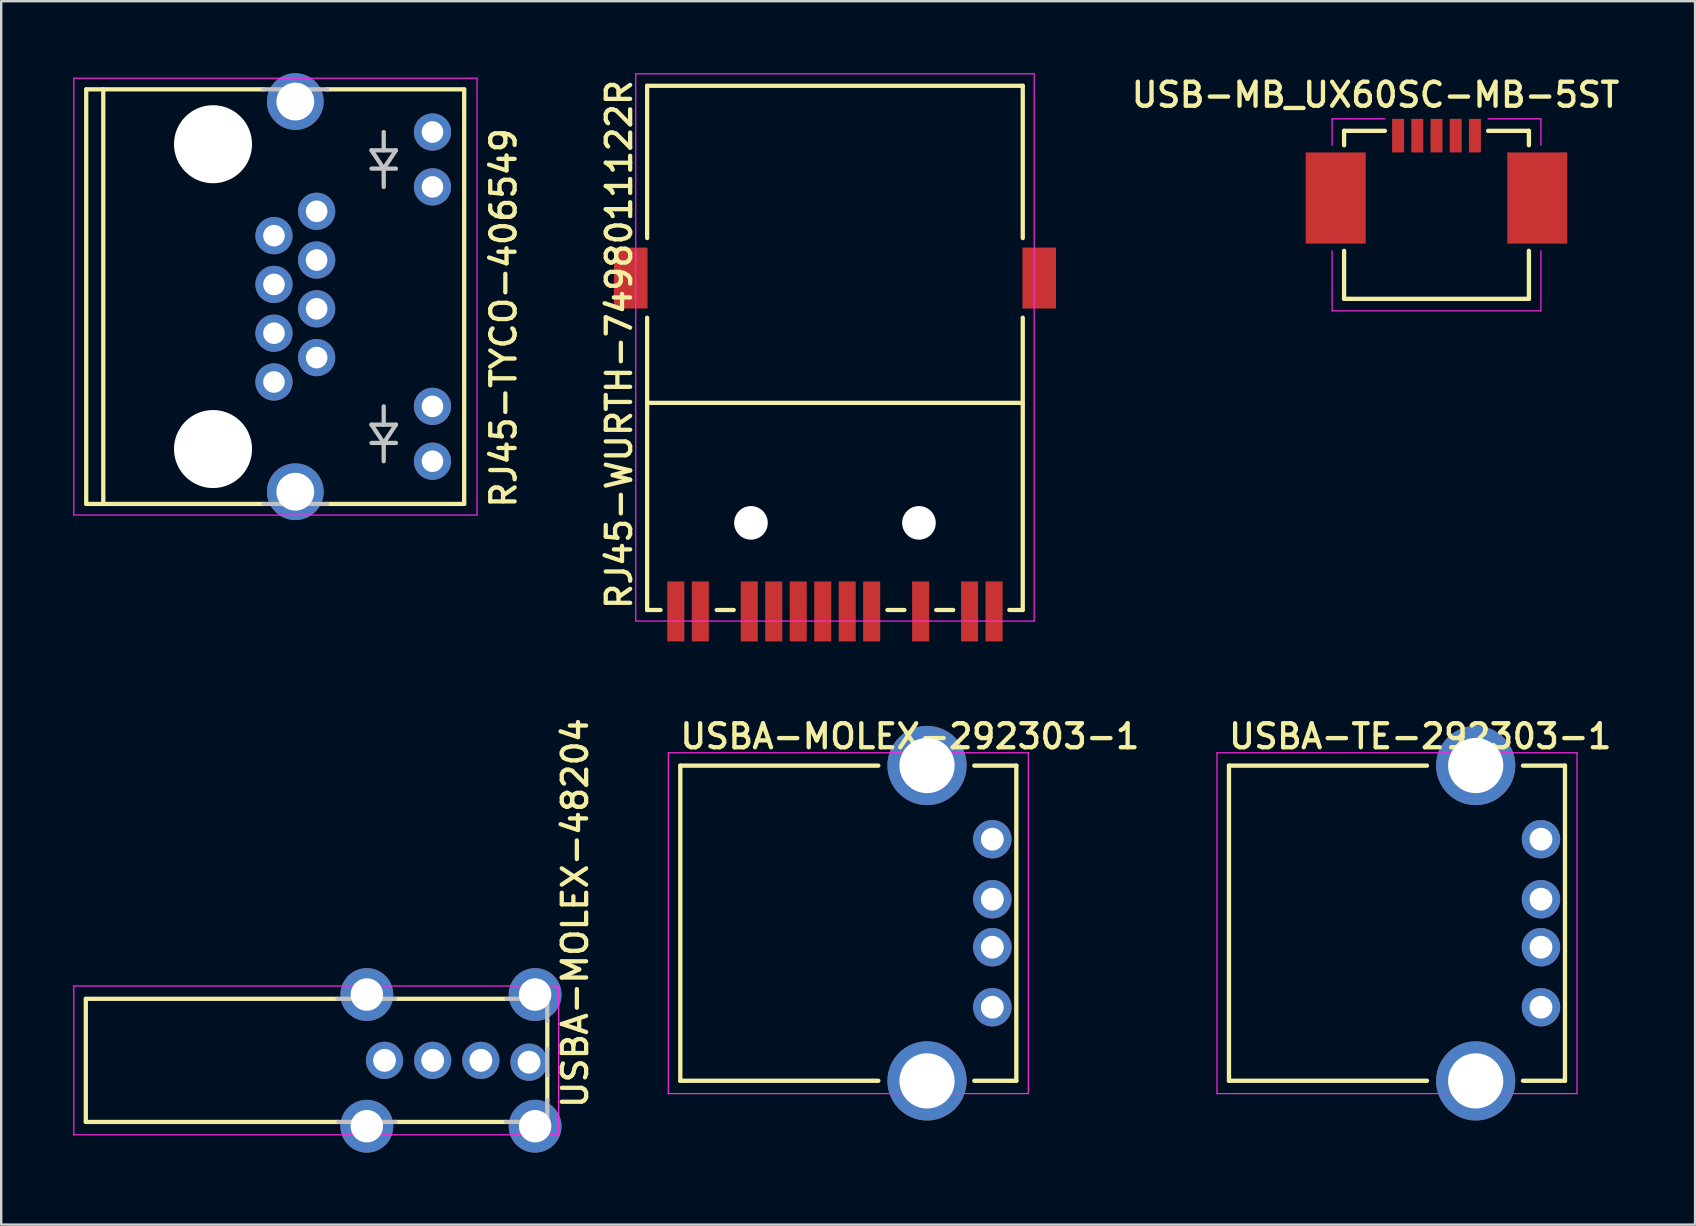
<source format=kicad_pcb>
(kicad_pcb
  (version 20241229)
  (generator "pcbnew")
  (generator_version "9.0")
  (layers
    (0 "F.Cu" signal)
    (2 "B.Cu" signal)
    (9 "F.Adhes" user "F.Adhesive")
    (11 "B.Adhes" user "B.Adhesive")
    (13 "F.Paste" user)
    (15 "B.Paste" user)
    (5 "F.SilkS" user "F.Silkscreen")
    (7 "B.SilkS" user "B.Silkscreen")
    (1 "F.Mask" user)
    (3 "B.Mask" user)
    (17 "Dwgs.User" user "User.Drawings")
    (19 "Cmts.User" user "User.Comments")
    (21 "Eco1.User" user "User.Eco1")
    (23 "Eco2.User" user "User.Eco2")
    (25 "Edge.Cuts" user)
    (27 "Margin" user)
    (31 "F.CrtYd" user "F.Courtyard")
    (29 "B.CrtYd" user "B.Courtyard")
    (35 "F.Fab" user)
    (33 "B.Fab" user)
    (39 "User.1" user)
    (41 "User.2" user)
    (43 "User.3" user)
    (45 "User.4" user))
  (footprint "RJ45-WURTH-7498011122R"
    (layer "F.Cu")
    (at 31.738 0.525)
    (property "Reference" "RJ45-WURTH-7498011122R" (at -8.4 21.9 90) (layer "F.SilkS") (effects (font (size 1.016 1.016) (thickness 0.178)) (justify left bottom)))
    (attr through_hole)
    (fp_line (start -7.825 0) (end -7.825 6.344) (stroke (width 0.178) (type solid)) (layer "F.SilkS"))
    (fp_line (start -7.825 0) (end 7.825 0) (stroke (width 0.178) (type solid)) (layer "F.SilkS"))
    (fp_line (start -7.825 9.662) (end -7.825 13.21) (stroke (width 0.178) (type solid)) (layer "F.SilkS"))
    (fp_line (start -7.825 13.21) (end -7.825 21.84) (stroke (width 0.178) (type solid)) (layer "F.SilkS"))
    (fp_line (start -7.825 13.21) (end 7.825 13.21) (stroke (width 0.178) (type solid)) (layer "F.SilkS"))
    (fp_line (start -7.266 21.84) (end -7.825 21.84) (stroke (width 0.178) (type solid)) (layer "F.SilkS"))
    (fp_line (start -4.926 21.84) (end -4.218 21.84) (stroke (width 0.178) (type solid)) (layer "F.SilkS"))
    (fp_line (start 2.186 21.84) (end 2.894 21.84) (stroke (width 0.178) (type solid)) (layer "F.SilkS"))
    (fp_line (start 4.218 21.84) (end 4.926 21.84) (stroke (width 0.178) (type solid)) (layer "F.SilkS"))
    (fp_line (start 7.266 21.84) (end 7.825 21.84) (stroke (width 0.178) (type solid)) (layer "F.SilkS"))
    (fp_line (start 7.825 0) (end 7.825 6.344) (stroke (width 0.178) (type solid)) (layer "F.SilkS"))
    (fp_line (start 7.825 9.662) (end 7.825 13.21) (stroke (width 0.178) (type solid)) (layer "F.SilkS"))
    (fp_line (start 7.825 13.21) (end 7.825 21.84) (stroke (width 0.178) (type solid)) (layer "F.SilkS"))
    (fp_line (start -8.3 -0.5) (end 8.3 -0.5) (stroke (width 0.05) (type solid)) (layer "F.CrtYd"))
    (fp_line (start -8.3 22.3) (end -8.3 -0.5) (stroke (width 0.05) (type solid)) (layer "F.CrtYd"))
    (fp_line (start 8.3 -0.5) (end 8.3 22.3) (stroke (width 0.05) (type solid)) (layer "F.CrtYd"))
    (fp_line (start 8.3 22.3) (end -8.3 22.3) (stroke (width 0.05) (type solid)) (layer "F.CrtYd"))
    (pad "" np_thru_hole circle (at -3.5 18.21) (size 1.4 1.4) (drill 1.4) (layers "*.Cu"))
    (pad "" np_thru_hole circle (at 3.5 18.21) (size 1.4 1.4) (drill 1.4) (layers "*.Cu"))
    (pad "1" smd rect (at -3.57 21.9 90) (size 2.5 0.71) (layers "F.Cu" "F.Mask" "F.Paste"))
    (pad "2" smd rect (at -2.55 21.9 90) (size 2.5 0.71) (layers "F.Cu" "F.Mask" "F.Paste"))
    (pad "3" smd rect (at -1.53 21.9 90) (size 2.5 0.71) (layers "F.Cu" "F.Mask" "F.Paste"))
    (pad "4" smd rect (at -0.51 21.9 90) (size 2.5 0.71) (layers "F.Cu" "F.Mask" "F.Paste"))
    (pad "5" smd rect (at 0.51 21.9 90) (size 2.5 0.71) (layers "F.Cu" "F.Mask" "F.Paste"))
    (pad "6" smd rect (at 1.53 21.9 90) (size 2.5 0.71) (layers "F.Cu" "F.Mask" "F.Paste"))
    (pad "8" smd rect (at 3.57 21.9 90) (size 2.5 0.71) (layers "F.Cu" "F.Mask" "F.Paste"))
    (pad "LA" smd rect (at 5.61 21.9 90) (size 2.5 0.71) (layers "F.Cu" "F.Mask" "F.Paste"))
    (pad "LK" smd rect (at 6.63 21.9 90) (size 2.5 0.71) (layers "F.Cu" "F.Mask" "F.Paste"))
    (pad "RA" smd rect (at -6.63 21.9 90) (size 2.5 0.71) (layers "F.Cu" "F.Mask" "F.Paste"))
    (pad "RK" smd rect (at -5.61 21.9 90) (size 2.5 0.71) (layers "F.Cu" "F.Mask" "F.Paste"))
    (pad "SHLD" smd rect (at -8.51 8.01 90) (size 2.54 1.4) (layers "F.Cu" "F.Mask" "F.Paste"))
    (pad "SHLD" smd rect (at 8.51 8.01 90) (size 2.54 1.4) (layers "F.Cu" "F.Mask" "F.Paste")))
  (footprint "USBA-MOLEX-48204"
    (layer "F.Cu")
    (at 0.525 41.13)
    (property "Reference" "USBA-MOLEX-48204" (at 20.98 2.083 90) (layer "F.SilkS") (effects (font (size 1.016 1.016) (thickness 0.178)) (justify left bottom)))
    (attr through_hole)
    (fp_line (start 0 -2.565) (end 10.49 -2.565) (stroke (width 0.178) (type solid)) (layer "F.SilkS"))
    (fp_line (start 0 2.565) (end 0 -2.565) (stroke (width 0.178) (type solid)) (layer "F.SilkS"))
    (fp_line (start 0 2.565) (end 10.516 2.565) (stroke (width 0.178) (type solid)) (layer "F.SilkS"))
    (fp_line (start 12.903 -2.565) (end 17.526 -2.565) (stroke (width 0.178) (type solid)) (layer "F.SilkS"))
    (fp_line (start 12.903 2.565) (end 17.501 2.565) (stroke (width 0.178) (type solid)) (layer "F.SilkS"))
    (fp_line (start 19.228 -1.651) (end 19.228 -0.457) (stroke (width 0.178) (type solid)) (layer "F.SilkS"))
    (fp_line (start 19.228 0.61) (end 19.228 1.651) (stroke (width 0.178) (type solid)) (layer "F.SilkS"))
    (fp_line (start 10.516 2.565) (end 12.903 2.565) (stroke (width 0.178) (type solid)) (layer "Dwgs.User"))
    (fp_line (start 12.903 -2.565) (end 10.49 -2.565) (stroke (width 0.178) (type solid)) (layer "Dwgs.User"))
    (fp_line (start 17.501 2.565) (end 19.228 2.565) (stroke (width 0.178) (type solid)) (layer "Dwgs.User"))
    (fp_line (start 17.526 -2.565) (end 19.228 -2.565) (stroke (width 0.178) (type solid)) (layer "Dwgs.User"))
    (fp_line (start 19.228 -2.565) (end 19.228 -1.651) (stroke (width 0.178) (type solid)) (layer "Dwgs.User"))
    (fp_line (start 19.228 0.61) (end 19.228 -0.457) (stroke (width 0.178) (type solid)) (layer "Dwgs.User"))
    (fp_line (start 19.228 2.565) (end 19.228 1.651) (stroke (width 0.178) (type solid)) (layer "Dwgs.User"))
    (fp_line (start -0.5 -3.1) (end 19.7 -3.1) (stroke (width 0.05) (type solid)) (layer "F.CrtYd"))
    (fp_line (start -0.5 3.1) (end -0.5 -3.1) (stroke (width 0.05) (type solid)) (layer "F.CrtYd"))
    (fp_line (start 19.7 -3.1) (end 19.7 3.1) (stroke (width 0.05) (type solid)) (layer "F.CrtYd"))
    (fp_line (start 19.7 3.1) (end -0.5 3.1) (stroke (width 0.05) (type solid)) (layer "F.CrtYd"))
    (pad "1" thru_hole circle (at 18.466 0.076) (size 1.55 1.55) (drill 0.95) (layers "*.Cu" "*.Mask"))
    (pad "2" thru_hole circle (at 16.459 0) (size 1.55 1.55) (drill 0.95) (layers "*.Cu" "*.Mask"))
    (pad "3" thru_hole circle (at 14.453 0) (size 1.55 1.55) (drill 0.95) (layers "*.Cu" "*.Mask"))
    (pad "4" thru_hole circle (at 12.446 0) (size 1.55 1.55) (drill 0.95) (layers "*.Cu" "*.Mask"))
    (pad "SHLD" thru_hole circle (at 11.709 -2.743) (size 2.2 2.2) (drill 1.35) (layers "*.Cu" "*.Mask"))
    (pad "SHLD" thru_hole circle (at 11.709 2.743) (size 2.2 2.2) (drill 1.35) (layers "*.Cu" "*.Mask"))
    (pad "SHLD" thru_hole circle (at 18.72 -2.743) (size 2.2 2.2) (drill 1.35) (layers "*.Cu" "*.Mask"))
    (pad "SHLD" thru_hole circle (at 18.72 2.743) (size 2.2 2.2) (drill 1.35) (layers "*.Cu" "*.Mask")))
  (footprint "USBA-TE-292303-1"
    (layer "F.Cu")
    (at 48.154 35.415)
    (property "Reference" "USBA-TE-292303-1" (at -0.1 -7.2 0) (layer "F.SilkS") (effects (font (size 1 1) (thickness 0.18)) (justify left bottom)))
    (attr through_hole)
    (fp_line (start 0 -6.565) (end 8.25 -6.565) (stroke (width 0.18) (type solid)) (layer "F.SilkS"))
    (fp_line (start 0 6.565) (end 0 -6.565) (stroke (width 0.18) (type solid)) (layer "F.SilkS"))
    (fp_line (start 8.25 6.565) (end 0 6.565) (stroke (width 0.18) (type solid)) (layer "F.SilkS"))
    (fp_line (start 14 -6.565) (end 12.25 -6.565) (stroke (width 0.18) (type solid)) (layer "F.SilkS"))
    (fp_line (start 14 -6.565) (end 14 6.565) (stroke (width 0.18) (type solid)) (layer "F.SilkS"))
    (fp_line (start 14 6.565) (end 12.25 6.565) (stroke (width 0.18) (type solid)) (layer "F.SilkS"))
    (fp_line (start -0.5 -7.1) (end 14.5 -7.1) (stroke (width 0.05) (type solid)) (layer "F.CrtYd"))
    (fp_line (start -0.5 7.1) (end -0.5 -7.1) (stroke (width 0.05) (type solid)) (layer "F.CrtYd"))
    (fp_line (start 14.5 -7.1) (end 14.5 7.1) (stroke (width 0.05) (type solid)) (layer "F.CrtYd"))
    (fp_line (start 14.5 7.1) (end -0.5 7.1) (stroke (width 0.05) (type solid)) (layer "F.CrtYd"))
    (pad "1" thru_hole circle (at 13 -3.5) (size 1.6 1.6) (drill 0.95) (layers "*.Cu" "*.Mask"))
    (pad "2" thru_hole circle (at 13 -1) (size 1.6 1.6) (drill 0.95) (layers "*.Cu" "*.Mask"))
    (pad "3" thru_hole circle (at 13 1) (size 1.6 1.6) (drill 0.95) (layers "*.Cu" "*.Mask"))
    (pad "4" thru_hole circle (at 13 3.5) (size 1.6 1.6) (drill 0.95) (layers "*.Cu" "*.Mask"))
    (pad "SH" thru_hole circle (at 10.28 -6.57) (size 3.3 3.3) (drill 2.3) (layers "*.Cu" "*.Mask"))
    (pad "SH" thru_hole circle (at 10.28 6.57) (size 3.3 3.3) (drill 2.3) (layers "*.Cu" "*.Mask")))
  (footprint "USB-MB_UX60SC-MB-5ST"
    (layer "F.Cu")
    (at 56.801 9.401)
    (property "Reference" "USB-MB_UX60SC-MB-5ST" (at -2.54 -8.5 0) (layer "F.SilkS") (effects (font (size 1 1) (thickness 0.18))))
    (attr through_hole)
    (fp_line (start -3.85 -7) (end -2.15 -7) (stroke (width 0.18) (type solid)) (layer "F.SilkS"))
    (fp_line (start -3.85 -6.4) (end -3.85 -7) (stroke (width 0.18) (type solid)) (layer "F.SilkS"))
    (fp_line (start -3.85 0) (end -3.85 -2) (stroke (width 0.18) (type solid)) (layer "F.SilkS"))
    (fp_line (start -3.85 0) (end 3.85 0) (stroke (width 0.18) (type solid)) (layer "F.SilkS"))
    (fp_line (start 2.15 -7) (end 3.85 -7) (stroke (width 0.18) (type solid)) (layer "F.SilkS"))
    (fp_line (start 3.85 -7) (end 3.85 -6.4) (stroke (width 0.18) (type solid)) (layer "F.SilkS"))
    (fp_line (start 3.85 0) (end 3.85 -2) (stroke (width 0.18) (type solid)) (layer "F.SilkS"))
    (fp_line (start -4.35 -7.5) (end -2.15 -7.5) (stroke (width 0.05) (type solid)) (layer "F.CrtYd"))
    (fp_line (start -4.35 -6.4) (end -4.35 -7.5) (stroke (width 0.05) (type solid)) (layer "F.CrtYd"))
    (fp_line (start -4.35 0.5) (end -4.35 -2) (stroke (width 0.05) (type solid)) (layer "F.CrtYd"))
    (fp_line (start 2.15 -7.5) (end 4.35 -7.5) (stroke (width 0.05) (type solid)) (layer "F.CrtYd"))
    (fp_line (start 4.35 -7.5) (end 4.35 -6.4) (stroke (width 0.05) (type solid)) (layer "F.CrtYd"))
    (fp_line (start 4.35 -2) (end 4.35 0.5) (stroke (width 0.05) (type solid)) (layer "F.CrtYd"))
    (fp_line (start 4.35 0.5) (end -4.35 0.5) (stroke (width 0.05) (type solid)) (layer "F.CrtYd"))
    (pad "1" smd rect (at -1.6 -6.8) (size 0.5 1.4) (layers "F.Cu" "F.Mask" "F.Paste"))
    (pad "2" smd rect (at -0.8 -6.8) (size 0.5 1.4) (layers "F.Cu" "F.Mask" "F.Paste"))
    (pad "3" smd rect (at 0 -6.8) (size 0.5 1.4) (layers "F.Cu" "F.Mask" "F.Paste"))
    (pad "4" smd rect (at 0.8 -6.8) (size 0.5 1.4) (layers "F.Cu" "F.Mask" "F.Paste"))
    (pad "5" smd rect (at 1.6 -6.8) (size 0.5 1.4) (layers "F.Cu" "F.Mask" "F.Paste"))
    (pad "SH" smd rect (at -4.2 -4.2) (size 2.5 3.8) (layers "F.Cu" "F.Mask" "F.Paste"))
    (pad "SH" smd rect (at 4.2 -4.2) (size 2.5 3.8) (layers "F.Cu" "F.Mask" "F.Paste")))
  (footprint "USBA-MOLEX-292303-1"
    (layer "F.Cu")
    (at 25.294 35.415)
    (property "Reference" "USBA-MOLEX-292303-1" (at -0.1 -7.2 0) (layer "F.SilkS") (effects (font (size 1 1) (thickness 0.18)) (justify left bottom)))
    (attr through_hole)
    (fp_line (start 0 -6.565) (end 8.25 -6.565) (stroke (width 0.18) (type solid)) (layer "F.SilkS"))
    (fp_line (start 0 6.565) (end 0 -6.565) (stroke (width 0.18) (type solid)) (layer "F.SilkS"))
    (fp_line (start 8.25 6.565) (end 0 6.565) (stroke (width 0.18) (type solid)) (layer "F.SilkS"))
    (fp_line (start 14 -6.565) (end 12.25 -6.565) (stroke (width 0.18) (type solid)) (layer "F.SilkS"))
    (fp_line (start 14 -6.565) (end 14 6.565) (stroke (width 0.18) (type solid)) (layer "F.SilkS"))
    (fp_line (start 14 6.565) (end 12.25 6.565) (stroke (width 0.18) (type solid)) (layer "F.SilkS"))
    (fp_line (start -0.5 -7.1) (end 14.5 -7.1) (stroke (width 0.05) (type solid)) (layer "F.CrtYd"))
    (fp_line (start -0.5 7.1) (end -0.5 -7.1) (stroke (width 0.05) (type solid)) (layer "F.CrtYd"))
    (fp_line (start 14.5 -7.1) (end 14.5 7.1) (stroke (width 0.05) (type solid)) (layer "F.CrtYd"))
    (fp_line (start 14.5 7.1) (end -0.5 7.1) (stroke (width 0.05) (type solid)) (layer "F.CrtYd"))
    (pad "1" thru_hole circle (at 13 -3.5) (size 1.6 1.6) (drill 0.95) (layers "*.Cu" "*.Mask"))
    (pad "2" thru_hole circle (at 13 -1) (size 1.6 1.6) (drill 0.95) (layers "*.Cu" "*.Mask"))
    (pad "3" thru_hole circle (at 13 1) (size 1.6 1.6) (drill 0.95) (layers "*.Cu" "*.Mask"))
    (pad "4" thru_hole circle (at 13 3.5) (size 1.6 1.6) (drill 0.95) (layers "*.Cu" "*.Mask"))
    (pad "SH" thru_hole circle (at 10.28 -6.57) (size 3.3 3.3) (drill 2.3) (layers "*.Cu" "*.Mask"))
    (pad "SH" thru_hole circle (at 10.28 6.57) (size 3.3 3.3) (drill 2.3) (layers "*.Cu" "*.Mask")))
  (footprint "RJ45-TYCO-406549"
    (layer "F.Cu")
    (at 5.825 9.309)
    (property "Reference" "RJ45-TYCO-406549" (at 12.7 8.89 90) (layer "F.SilkS") (effects (font (size 1.016 1.016) (thickness 0.178)) (justify left bottom)))
    (attr through_hole)
    (fp_line (start -5.283 -8.636) (end -4.572 -8.636) (stroke (width 0.178) (type solid)) (layer "F.SilkS"))
    (fp_line (start -5.283 8.636) (end -5.283 -8.636) (stroke (width 0.178) (type solid)) (layer "F.SilkS"))
    (fp_line (start -5.283 8.636) (end -4.572 8.636) (stroke (width 0.178) (type solid)) (layer "F.SilkS"))
    (fp_line (start -4.572 -8.636) (end -4.572 8.636) (stroke (width 0.178) (type solid)) (layer "F.SilkS"))
    (fp_line (start -4.572 -8.636) (end 2.108 -8.636) (stroke (width 0.178) (type solid)) (layer "F.SilkS"))
    (fp_line (start -4.572 8.636) (end 2.108 8.636) (stroke (width 0.178) (type solid)) (layer "F.SilkS"))
    (fp_line (start 10.465 -8.636) (end 4.75 -8.636) (stroke (width 0.178) (type solid)) (layer "F.SilkS"))
    (fp_line (start 10.465 8.636) (end 4.75 8.636) (stroke (width 0.178) (type solid)) (layer "F.SilkS"))
    (fp_line (start 10.465 8.636) (end 10.465 -8.636) (stroke (width 0.178) (type solid)) (layer "F.SilkS"))
    (fp_line (start 2.108 -8.636) (end 4.75 -8.636) (stroke (width 0.178) (type solid)) (layer "Dwgs.User"))
    (fp_line (start 2.108 8.636) (end 4.75 8.636) (stroke (width 0.178) (type solid)) (layer "Dwgs.User"))
    (fp_line (start 6.604 -6.096) (end 7.62 -6.096) (stroke (width 0.178) (type solid)) (layer "Dwgs.User"))
    (fp_line (start 6.604 -5.334) (end 7.112 -5.334) (stroke (width 0.178) (type solid)) (layer "Dwgs.User"))
    (fp_line (start 6.604 5.334) (end 7.62 5.334) (stroke (width 0.178) (type solid)) (layer "Dwgs.User"))
    (fp_line (start 6.604 6.096) (end 7.112 6.096) (stroke (width 0.178) (type solid)) (layer "Dwgs.User"))
    (fp_line (start 7.112 -6.858) (end 7.112 -6.096) (stroke (width 0.178) (type solid)) (layer "Dwgs.User"))
    (fp_line (start 7.112 -5.334) (end 6.604 -6.096) (stroke (width 0.178) (type solid)) (layer "Dwgs.User"))
    (fp_line (start 7.112 -5.334) (end 7.112 -4.572) (stroke (width 0.178) (type solid)) (layer "Dwgs.User"))
    (fp_line (start 7.112 -5.334) (end 7.62 -5.334) (stroke (width 0.178) (type solid)) (layer "Dwgs.User"))
    (fp_line (start 7.112 4.572) (end 7.112 5.334) (stroke (width 0.178) (type solid)) (layer "Dwgs.User"))
    (fp_line (start 7.112 6.096) (end 6.604 5.334) (stroke (width 0.178) (type solid)) (layer "Dwgs.User"))
    (fp_line (start 7.112 6.096) (end 7.112 6.858) (stroke (width 0.178) (type solid)) (layer "Dwgs.User"))
    (fp_line (start 7.112 6.096) (end 7.62 6.096) (stroke (width 0.178) (type solid)) (layer "Dwgs.User"))
    (fp_line (start 7.62 -6.096) (end 7.112 -5.334) (stroke (width 0.178) (type solid)) (layer "Dwgs.User"))
    (fp_line (start 7.62 5.334) (end 7.112 6.096) (stroke (width 0.178) (type solid)) (layer "Dwgs.User"))
    (fp_line (start -5.8 -9.1) (end 11 -9.1) (stroke (width 0.05) (type solid)) (layer "F.CrtYd"))
    (fp_line (start -5.8 9.1) (end -5.8 -9.1) (stroke (width 0.05) (type solid)) (layer "F.CrtYd"))
    (fp_line (start 11 -9.1) (end 11 9.1) (stroke (width 0.05) (type solid)) (layer "F.CrtYd"))
    (fp_line (start 11 9.1) (end -5.8 9.1) (stroke (width 0.05) (type solid)) (layer "F.CrtYd"))
    (pad "" np_thru_hole circle (at 0 -6.35) (size 3.251 3.251) (drill 3.251) (layers "*.Cu"))
    (pad "" np_thru_hole circle (at 0 6.35) (size 3.251 3.251) (drill 3.251) (layers "*.Cu"))
    (pad "1" thru_hole circle (at 2.54 3.556) (size 1.55 1.55) (drill 0.9) (layers "*.Cu" "*.Mask"))
    (pad "2" thru_hole circle (at 4.318 2.54) (size 1.55 1.55) (drill 0.9) (layers "*.Cu" "*.Mask"))
    (pad "3" thru_hole circle (at 2.54 1.524) (size 1.55 1.55) (drill 0.9) (layers "*.Cu" "*.Mask"))
    (pad "4" thru_hole circle (at 4.318 0.508) (size 1.55 1.55) (drill 0.9) (layers "*.Cu" "*.Mask"))
    (pad "5" thru_hole circle (at 2.54 -0.508) (size 1.55 1.55) (drill 0.9) (layers "*.Cu" "*.Mask"))
    (pad "6" thru_hole circle (at 4.318 -1.524) (size 1.55 1.55) (drill 0.9) (layers "*.Cu" "*.Mask"))
    (pad "7" thru_hole circle (at 2.54 -2.54) (size 1.55 1.55) (drill 0.9) (layers "*.Cu" "*.Mask"))
    (pad "8" thru_hole circle (at 4.318 -3.556) (size 1.55 1.55) (drill 0.9) (layers "*.Cu" "*.Mask"))
    (pad "LA" thru_hole circle (at 9.144 -6.858) (size 1.55 1.55) (drill 0.9) (layers "*.Cu" "*.Mask"))
    (pad "LK" thru_hole circle (at 9.144 -4.572) (size 1.55 1.55) (drill 0.9) (layers "*.Cu" "*.Mask"))
    (pad "RA" thru_hole circle (at 9.144 4.572) (size 1.55 1.55) (drill 0.9) (layers "*.Cu" "*.Mask"))
    (pad "RK" thru_hole circle (at 9.144 6.858) (size 1.55 1.55) (drill 0.9) (layers "*.Cu" "*.Mask"))
    (pad "SHLD" thru_hole circle (at 3.429 -8.128) (size 2.362 2.362) (drill 1.575) (layers "*.Cu" "*.Mask"))
    (pad "SHLD" thru_hole circle (at 3.429 8.128) (size 2.362 2.362) (drill 1.575) (layers "*.Cu" "*.Mask")))
  (gr_rect
    (start -3 -3)
    (end 67.574 47.973)
    (stroke (width 0.1) (type default))
    (fill no)
    (layer "Edge.Cuts")))
</source>
